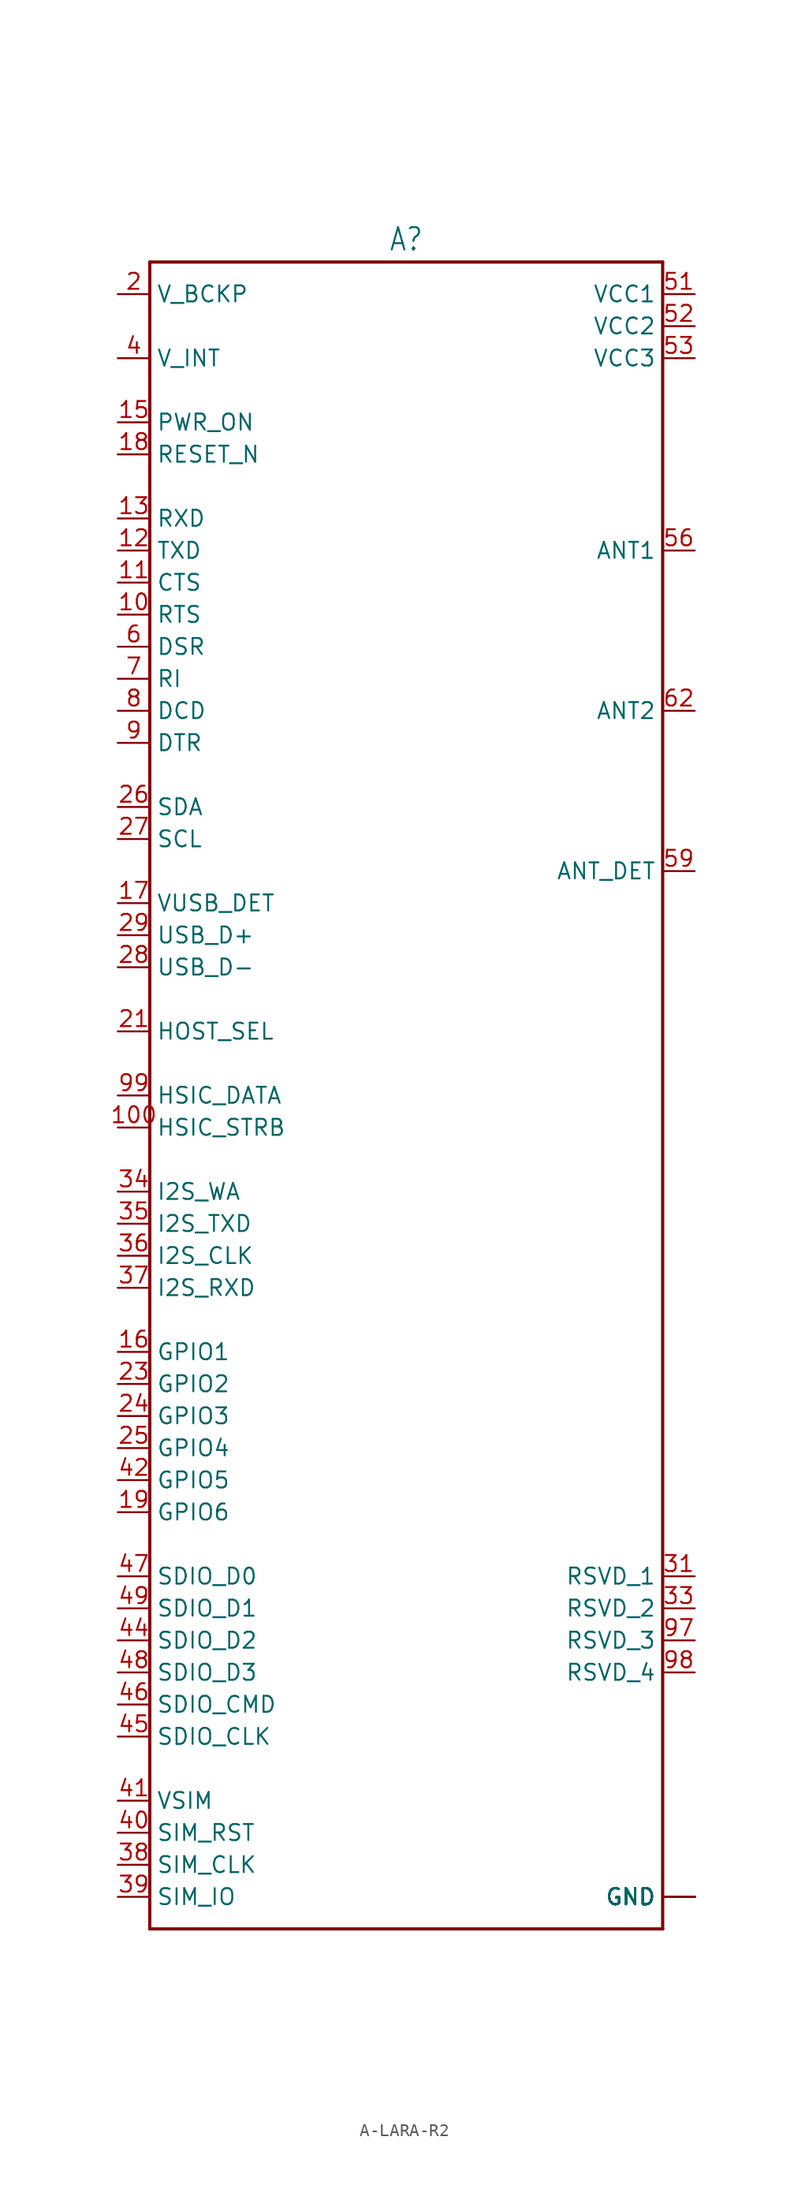
<source format=kicad_sym>
(kicad_symbol_lib
  (version 20231120)
  (generator "kicad_symbol_editor")
  (generator_version "8.0")
  (symbol "A-LARA-R2"
    (property "Reference" "A"
      (at 0 66.802 0)
      (effects (font (size 1.778 1.511)) (justify bottom)))
    (property "Value" ""
      (at 0 -66.802 0)
      (effects (font (size 1.778 1.511)) (justify top)))
    (property "ki_locked" ""
      (at 0 0 0)
      (effects (font (size 1.27 1.27))))
    (symbol "A-LARA-R2_1_0"
      (polyline (pts (xy -20.32 -66.04) (xy 20.32 -66.04)) (stroke (width 0.254) (type solid)) (fill (type none)))
      (polyline (pts (xy -20.32 66.04) (xy -20.32 -66.04)) (stroke (width 0.254) (type solid)) (fill (type none)))
      (polyline (pts (xy 20.32 -66.04) (xy 20.32 66.04)) (stroke (width 0.254) (type solid)) (fill (type none)))
      (polyline (pts (xy 20.32 66.04) (xy -20.32 66.04)) (stroke (width 0.254) (type solid)) (fill (type none)))
      (pin passive line (at 22.86 -63.5 180) (length 2.54) (name "GND" (effects (font (size 1.27 1.27)))) (number "1" (effects (font (size 0 0)))))
      (pin passive line (at -22.86 38.1 0) (length 2.54) (name "RTS" (effects (font (size 1.27 1.27)))) (number "10" (effects (font (size 1.27 1.27)))))
      (pin passive line (at -22.86 -2.54 0) (length 2.54) (name "HSIC_STRB" (effects (font (size 1.27 1.27)))) (number "100" (effects (font (size 1.27 1.27)))))
      (pin passive line (at -22.86 40.64 0) (length 2.54) (name "CTS" (effects (font (size 1.27 1.27)))) (number "11" (effects (font (size 1.27 1.27)))))
      (pin passive line (at -22.86 43.18 0) (length 2.54) (name "TXD" (effects (font (size 1.27 1.27)))) (number "12" (effects (font (size 1.27 1.27)))))
      (pin passive line (at -22.86 45.72 0) (length 2.54) (name "RXD" (effects (font (size 1.27 1.27)))) (number "13" (effects (font (size 1.27 1.27)))))
      (pin passive line (at 22.86 -63.5 180) (length 2.54) (name "GND" (effects (font (size 1.27 1.27)))) (number "14" (effects (font (size 0 0)))))
      (pin passive line (at -22.86 53.34 0) (length 2.54) (name "PWR_ON" (effects (font (size 1.27 1.27)))) (number "15" (effects (font (size 1.27 1.27)))))
      (pin passive line (at -22.86 -20.32 0) (length 2.54) (name "GPIO1" (effects (font (size 1.27 1.27)))) (number "16" (effects (font (size 1.27 1.27)))))
      (pin passive line (at -22.86 15.24 0) (length 2.54) (name "VUSB_DET" (effects (font (size 1.27 1.27)))) (number "17" (effects (font (size 1.27 1.27)))))
      (pin passive line (at -22.86 50.8 0) (length 2.54) (name "RESET_N" (effects (font (size 1.27 1.27)))) (number "18" (effects (font (size 1.27 1.27)))))
      (pin passive line (at -22.86 -33.02 0) (length 2.54) (name "GPIO6" (effects (font (size 1.27 1.27)))) (number "19" (effects (font (size 1.27 1.27)))))
      (pin passive line (at -22.86 63.5 0) (length 2.54) (name "V_BCKP" (effects (font (size 1.27 1.27)))) (number "2" (effects (font (size 1.27 1.27)))))
      (pin passive line (at 22.86 -63.5 180) (length 2.54) (name "GND" (effects (font (size 1.27 1.27)))) (number "20" (effects (font (size 0 0)))))
      (pin passive line (at -22.86 5.08 0) (length 2.54) (name "HOST_SEL" (effects (font (size 1.27 1.27)))) (number "21" (effects (font (size 1.27 1.27)))))
      (pin passive line (at 22.86 -63.5 180) (length 2.54) (name "GND" (effects (font (size 1.27 1.27)))) (number "22" (effects (font (size 0 0)))))
      (pin passive line (at -22.86 -22.86 0) (length 2.54) (name "GPIO2" (effects (font (size 1.27 1.27)))) (number "23" (effects (font (size 1.27 1.27)))))
      (pin passive line (at -22.86 -25.4 0) (length 2.54) (name "GPIO3" (effects (font (size 1.27 1.27)))) (number "24" (effects (font (size 1.27 1.27)))))
      (pin passive line (at -22.86 -27.94 0) (length 2.54) (name "GPIO4" (effects (font (size 1.27 1.27)))) (number "25" (effects (font (size 1.27 1.27)))))
      (pin passive line (at -22.86 22.86 0) (length 2.54) (name "SDA" (effects (font (size 1.27 1.27)))) (number "26" (effects (font (size 1.27 1.27)))))
      (pin passive line (at -22.86 20.32 0) (length 2.54) (name "SCL" (effects (font (size 1.27 1.27)))) (number "27" (effects (font (size 1.27 1.27)))))
      (pin passive line (at -22.86 10.16 0) (length 2.54) (name "USB_D-" (effects (font (size 1.27 1.27)))) (number "28" (effects (font (size 1.27 1.27)))))
      (pin passive line (at -22.86 12.7 0) (length 2.54) (name "USB_D+" (effects (font (size 1.27 1.27)))) (number "29" (effects (font (size 1.27 1.27)))))
      (pin passive line (at 22.86 -63.5 180) (length 2.54) (name "GND" (effects (font (size 1.27 1.27)))) (number "3" (effects (font (size 0 0)))))
      (pin passive line (at 22.86 -63.5 180) (length 2.54) (name "GND" (effects (font (size 1.27 1.27)))) (number "30" (effects (font (size 0 0)))))
      (pin passive line (at 22.86 -38.1 180) (length 2.54) (name "RSVD_1" (effects (font (size 1.27 1.27)))) (number "31" (effects (font (size 1.27 1.27)))))
      (pin passive line (at 22.86 -63.5 180) (length 2.54) (name "GND" (effects (font (size 1.27 1.27)))) (number "32" (effects (font (size 0 0)))))
      (pin passive line (at 22.86 -40.64 180) (length 2.54) (name "RSVD_2" (effects (font (size 1.27 1.27)))) (number "33" (effects (font (size 1.27 1.27)))))
      (pin passive line (at -22.86 -7.62 0) (length 2.54) (name "I2S_WA" (effects (font (size 1.27 1.27)))) (number "34" (effects (font (size 1.27 1.27)))))
      (pin passive line (at -22.86 -10.16 0) (length 2.54) (name "I2S_TXD" (effects (font (size 1.27 1.27)))) (number "35" (effects (font (size 1.27 1.27)))))
      (pin passive line (at -22.86 -12.7 0) (length 2.54) (name "I2S_CLK" (effects (font (size 1.27 1.27)))) (number "36" (effects (font (size 1.27 1.27)))))
      (pin passive line (at -22.86 -15.24 0) (length 2.54) (name "I2S_RXD" (effects (font (size 1.27 1.27)))) (number "37" (effects (font (size 1.27 1.27)))))
      (pin passive line (at -22.86 -60.96 0) (length 2.54) (name "SIM_CLK" (effects (font (size 1.27 1.27)))) (number "38" (effects (font (size 1.27 1.27)))))
      (pin passive line (at -22.86 -63.5 0) (length 2.54) (name "SIM_IO" (effects (font (size 1.27 1.27)))) (number "39" (effects (font (size 1.27 1.27)))))
      (pin passive line (at -22.86 58.42 0) (length 2.54) (name "V_INT" (effects (font (size 1.27 1.27)))) (number "4" (effects (font (size 1.27 1.27)))))
      (pin passive line (at -22.86 -58.42 0) (length 2.54) (name "SIM_RST" (effects (font (size 1.27 1.27)))) (number "40" (effects (font (size 1.27 1.27)))))
      (pin passive line (at -22.86 -55.88 0) (length 2.54) (name "VSIM" (effects (font (size 1.27 1.27)))) (number "41" (effects (font (size 1.27 1.27)))))
      (pin passive line (at -22.86 -30.48 0) (length 2.54) (name "GPIO5" (effects (font (size 1.27 1.27)))) (number "42" (effects (font (size 1.27 1.27)))))
      (pin passive line (at 22.86 -63.5 180) (length 2.54) (name "GND" (effects (font (size 1.27 1.27)))) (number "43" (effects (font (size 0 0)))))
      (pin passive line (at -22.86 -43.18 0) (length 2.54) (name "SDIO_D2" (effects (font (size 1.27 1.27)))) (number "44" (effects (font (size 1.27 1.27)))))
      (pin passive line (at -22.86 -50.8 0) (length 2.54) (name "SDIO_CLK" (effects (font (size 1.27 1.27)))) (number "45" (effects (font (size 1.27 1.27)))))
      (pin passive line (at -22.86 -48.26 0) (length 2.54) (name "SDIO_CMD" (effects (font (size 1.27 1.27)))) (number "46" (effects (font (size 1.27 1.27)))))
      (pin passive line (at -22.86 -38.1 0) (length 2.54) (name "SDIO_D0" (effects (font (size 1.27 1.27)))) (number "47" (effects (font (size 1.27 1.27)))))
      (pin passive line (at -22.86 -45.72 0) (length 2.54) (name "SDIO_D3" (effects (font (size 1.27 1.27)))) (number "48" (effects (font (size 1.27 1.27)))))
      (pin passive line (at -22.86 -40.64 0) (length 2.54) (name "SDIO_D1" (effects (font (size 1.27 1.27)))) (number "49" (effects (font (size 1.27 1.27)))))
      (pin passive line (at 22.86 -63.5 180) (length 2.54) (name "GND" (effects (font (size 1.27 1.27)))) (number "5" (effects (font (size 0 0)))))
      (pin passive line (at 22.86 -63.5 180) (length 2.54) (name "GND" (effects (font (size 1.27 1.27)))) (number "50" (effects (font (size 0 0)))))
      (pin passive line (at 22.86 63.5 180) (length 2.54) (name "VCC1" (effects (font (size 1.27 1.27)))) (number "51" (effects (font (size 1.27 1.27)))))
      (pin passive line (at 22.86 60.96 180) (length 2.54) (name "VCC2" (effects (font (size 1.27 1.27)))) (number "52" (effects (font (size 1.27 1.27)))))
      (pin passive line (at 22.86 58.42 180) (length 2.54) (name "VCC3" (effects (font (size 1.27 1.27)))) (number "53" (effects (font (size 1.27 1.27)))))
      (pin passive line (at 22.86 -63.5 180) (length 2.54) (name "GND" (effects (font (size 1.27 1.27)))) (number "54" (effects (font (size 0 0)))))
      (pin passive line (at 22.86 -63.5 180) (length 2.54) (name "GND" (effects (font (size 1.27 1.27)))) (number "55" (effects (font (size 0 0)))))
      (pin passive line (at 22.86 43.18 180) (length 2.54) (name "ANT1" (effects (font (size 1.27 1.27)))) (number "56" (effects (font (size 1.27 1.27)))))
      (pin passive line (at 22.86 -63.5 180) (length 2.54) (name "GND" (effects (font (size 1.27 1.27)))) (number "57" (effects (font (size 0 0)))))
      (pin passive line (at 22.86 -63.5 180) (length 2.54) (name "GND" (effects (font (size 1.27 1.27)))) (number "58" (effects (font (size 0 0)))))
      (pin passive line (at 22.86 17.78 180) (length 2.54) (name "ANT_DET" (effects (font (size 1.27 1.27)))) (number "59" (effects (font (size 1.27 1.27)))))
      (pin passive line (at -22.86 35.56 0) (length 2.54) (name "DSR" (effects (font (size 1.27 1.27)))) (number "6" (effects (font (size 1.27 1.27)))))
      (pin passive line (at 22.86 -63.5 180) (length 2.54) (name "GND" (effects (font (size 1.27 1.27)))) (number "60" (effects (font (size 0 0)))))
      (pin passive line (at 22.86 -63.5 180) (length 2.54) (name "GND" (effects (font (size 1.27 1.27)))) (number "61" (effects (font (size 0 0)))))
      (pin passive line (at 22.86 30.48 180) (length 2.54) (name "ANT2" (effects (font (size 1.27 1.27)))) (number "62" (effects (font (size 1.27 1.27)))))
      (pin passive line (at 22.86 -63.5 180) (length 2.54) (name "GND" (effects (font (size 1.27 1.27)))) (number "63" (effects (font (size 0 0)))))
      (pin passive line (at 22.86 -63.5 180) (length 2.54) (name "GND" (effects (font (size 1.27 1.27)))) (number "64" (effects (font (size 0 0)))))
      (pin passive line (at 22.86 -63.5 180) (length 2.54) (name "GND" (effects (font (size 1.27 1.27)))) (number "65" (effects (font (size 0 0)))))
      (pin passive line (at 22.86 -63.5 180) (length 2.54) (name "GND" (effects (font (size 1.27 1.27)))) (number "66" (effects (font (size 0 0)))))
      (pin passive line (at 22.86 -63.5 180) (length 2.54) (name "GND" (effects (font (size 1.27 1.27)))) (number "67" (effects (font (size 0 0)))))
      (pin passive line (at 22.86 -63.5 180) (length 2.54) (name "GND" (effects (font (size 1.27 1.27)))) (number "68" (effects (font (size 0 0)))))
      (pin passive line (at 22.86 -63.5 180) (length 2.54) (name "GND" (effects (font (size 1.27 1.27)))) (number "69" (effects (font (size 0 0)))))
      (pin passive line (at -22.86 33.02 0) (length 2.54) (name "RI" (effects (font (size 1.27 1.27)))) (number "7" (effects (font (size 1.27 1.27)))))
      (pin passive line (at 22.86 -63.5 180) (length 2.54) (name "GND" (effects (font (size 1.27 1.27)))) (number "70" (effects (font (size 0 0)))))
      (pin passive line (at 22.86 -63.5 180) (length 2.54) (name "GND" (effects (font (size 1.27 1.27)))) (number "71" (effects (font (size 0 0)))))
      (pin passive line (at 22.86 -63.5 180) (length 2.54) (name "GND" (effects (font (size 1.27 1.27)))) (number "72" (effects (font (size 0 0)))))
      (pin passive line (at 22.86 -63.5 180) (length 2.54) (name "GND" (effects (font (size 1.27 1.27)))) (number "73" (effects (font (size 0 0)))))
      (pin passive line (at 22.86 -63.5 180) (length 2.54) (name "GND" (effects (font (size 1.27 1.27)))) (number "74" (effects (font (size 0 0)))))
      (pin passive line (at 22.86 -63.5 180) (length 2.54) (name "GND" (effects (font (size 1.27 1.27)))) (number "75" (effects (font (size 0 0)))))
      (pin passive line (at 22.86 -63.5 180) (length 2.54) (name "GND" (effects (font (size 1.27 1.27)))) (number "76" (effects (font (size 0 0)))))
      (pin passive line (at 22.86 -63.5 180) (length 2.54) (name "GND" (effects (font (size 1.27 1.27)))) (number "77" (effects (font (size 0 0)))))
      (pin passive line (at 22.86 -63.5 180) (length 2.54) (name "GND" (effects (font (size 1.27 1.27)))) (number "78" (effects (font (size 0 0)))))
      (pin passive line (at 22.86 -63.5 180) (length 2.54) (name "GND" (effects (font (size 1.27 1.27)))) (number "79" (effects (font (size 0 0)))))
      (pin passive line (at -22.86 30.48 0) (length 2.54) (name "DCD" (effects (font (size 1.27 1.27)))) (number "8" (effects (font (size 1.27 1.27)))))
      (pin passive line (at 22.86 -63.5 180) (length 2.54) (name "GND" (effects (font (size 1.27 1.27)))) (number "80" (effects (font (size 0 0)))))
      (pin passive line (at 22.86 -63.5 180) (length 2.54) (name "GND" (effects (font (size 1.27 1.27)))) (number "81" (effects (font (size 0 0)))))
      (pin passive line (at 22.86 -63.5 180) (length 2.54) (name "GND" (effects (font (size 1.27 1.27)))) (number "82" (effects (font (size 0 0)))))
      (pin passive line (at 22.86 -63.5 180) (length 2.54) (name "GND" (effects (font (size 1.27 1.27)))) (number "83" (effects (font (size 0 0)))))
      (pin passive line (at 22.86 -63.5 180) (length 2.54) (name "GND" (effects (font (size 1.27 1.27)))) (number "84" (effects (font (size 0 0)))))
      (pin passive line (at 22.86 -63.5 180) (length 2.54) (name "GND" (effects (font (size 1.27 1.27)))) (number "85" (effects (font (size 0 0)))))
      (pin passive line (at 22.86 -63.5 180) (length 2.54) (name "GND" (effects (font (size 1.27 1.27)))) (number "86" (effects (font (size 0 0)))))
      (pin passive line (at 22.86 -63.5 180) (length 2.54) (name "GND" (effects (font (size 1.27 1.27)))) (number "87" (effects (font (size 0 0)))))
      (pin passive line (at 22.86 -63.5 180) (length 2.54) (name "GND" (effects (font (size 1.27 1.27)))) (number "88" (effects (font (size 0 0)))))
      (pin passive line (at 22.86 -63.5 180) (length 2.54) (name "GND" (effects (font (size 1.27 1.27)))) (number "89" (effects (font (size 0 0)))))
      (pin passive line (at -22.86 27.94 0) (length 2.54) (name "DTR" (effects (font (size 1.27 1.27)))) (number "9" (effects (font (size 1.27 1.27)))))
      (pin passive line (at 22.86 -63.5 180) (length 2.54) (name "GND" (effects (font (size 1.27 1.27)))) (number "90" (effects (font (size 0 0)))))
      (pin passive line (at 22.86 -63.5 180) (length 2.54) (name "GND" (effects (font (size 1.27 1.27)))) (number "91" (effects (font (size 0 0)))))
      (pin passive line (at 22.86 -63.5 180) (length 2.54) (name "GND" (effects (font (size 1.27 1.27)))) (number "92" (effects (font (size 0 0)))))
      (pin passive line (at 22.86 -63.5 180) (length 2.54) (name "GND" (effects (font (size 1.27 1.27)))) (number "93" (effects (font (size 0 0)))))
      (pin passive line (at 22.86 -63.5 180) (length 2.54) (name "GND" (effects (font (size 1.27 1.27)))) (number "94" (effects (font (size 0 0)))))
      (pin passive line (at 22.86 -63.5 180) (length 2.54) (name "GND" (effects (font (size 1.27 1.27)))) (number "95" (effects (font (size 0 0)))))
      (pin passive line (at 22.86 -63.5 180) (length 2.54) (name "GND" (effects (font (size 1.27 1.27)))) (number "96" (effects (font (size 0 0)))))
      (pin passive line (at 22.86 -43.18 180) (length 2.54) (name "RSVD_3" (effects (font (size 1.27 1.27)))) (number "97" (effects (font (size 1.27 1.27)))))
      (pin passive line (at 22.86 -45.72 180) (length 2.54) (name "RSVD_4" (effects (font (size 1.27 1.27)))) (number "98" (effects (font (size 1.27 1.27)))))
      (pin passive line (at -22.86 0 0) (length 2.54) (name "HSIC_DATA" (effects (font (size 1.27 1.27)))) (number "99" (effects (font (size 1.27 1.27))))))))
</source>
